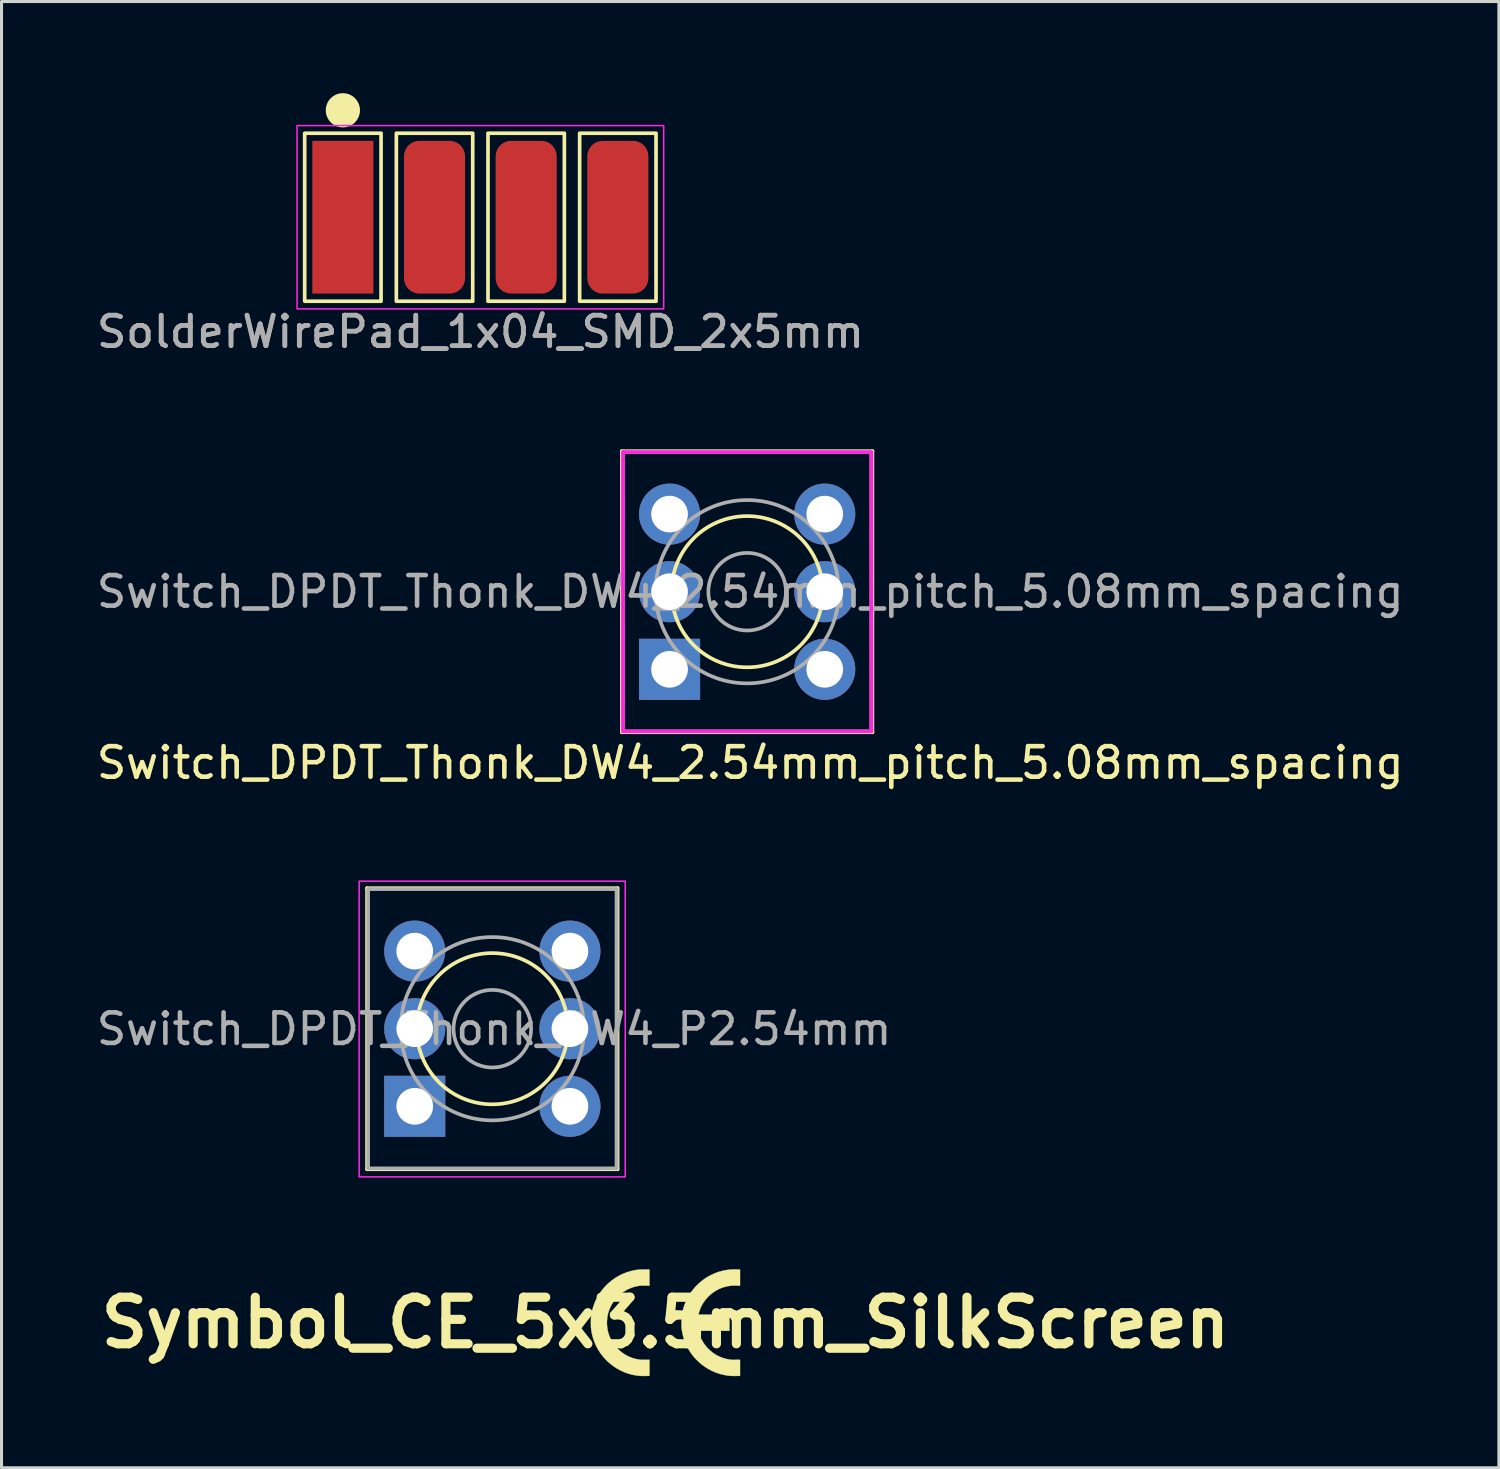
<source format=kicad_pcb>
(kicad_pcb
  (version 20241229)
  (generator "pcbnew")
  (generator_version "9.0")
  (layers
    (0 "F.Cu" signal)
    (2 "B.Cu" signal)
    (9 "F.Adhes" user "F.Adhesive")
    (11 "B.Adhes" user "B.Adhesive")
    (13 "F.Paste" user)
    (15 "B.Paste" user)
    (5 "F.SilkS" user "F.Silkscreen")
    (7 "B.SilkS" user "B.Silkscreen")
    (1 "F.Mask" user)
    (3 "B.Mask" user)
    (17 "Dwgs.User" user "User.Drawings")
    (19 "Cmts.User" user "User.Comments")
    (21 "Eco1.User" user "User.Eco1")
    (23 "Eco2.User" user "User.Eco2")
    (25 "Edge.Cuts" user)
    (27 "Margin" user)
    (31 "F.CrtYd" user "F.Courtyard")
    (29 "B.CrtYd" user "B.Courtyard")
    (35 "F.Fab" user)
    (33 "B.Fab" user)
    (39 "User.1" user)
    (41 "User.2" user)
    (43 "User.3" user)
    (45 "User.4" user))
  (footprint "SolderWirePad_1x04_SMD_2x5mm"
    (layer "F.Cu")
    (at 12.673 4.06)
    (property "Reference" "SolderWirePad_1x04_SMD_2x5mm" (at 0 3.75 0) (unlocked yes) (layer "F.Fab") (effects (font (size 1 1) (thickness 0.15))))
    (property "Value" "${VALUE}" (at 0 -4 0) (unlocked yes) (layer "F.SilkS") (hide yes) (effects (font (size 1 1) (thickness 0.15))))
    (attr smd)
    (fp_rect (start -5.75 -2.75) (end -3.25 2.75) (stroke (width 0.12) (type solid)) (fill no) (layer "F.SilkS"))
    (fp_rect (start -2.75 2.75) (end -0.25 -2.75) (stroke (width 0.12) (type solid)) (fill no) (layer "F.SilkS"))
    (fp_rect (start 0.25 -2.75) (end 2.75 2.75) (stroke (width 0.12) (type solid)) (fill no) (layer "F.SilkS"))
    (fp_rect (start 3.25 -2.75) (end 5.75 2.75) (stroke (width 0.12) (type solid)) (fill no) (layer "F.SilkS"))
    (fp_circle (center -4.5 -3.5) (end -4 -3.5) (stroke (width 0.12) (type solid)) (fill yes) (layer "F.SilkS"))
    (fp_rect (start -6 -3) (end 6 3) (stroke (width 0.05) (type solid)) (fill no) (layer "F.CrtYd"))
    (fp_text user "${REFERENCE}" (at 0.01 3.75 0) (unlocked yes) (layer "F.Fab") (effects (font (size 1 1) (thickness 0.15))))
    (pad "1" smd rect (at -4.5 0) (size 2 5) (layers "F.Cu" "F.Mask" "F.Paste"))
    (pad "2" smd roundrect (at -1.5 0) (size 2 5) (layers "F.Cu" "F.Mask" "F.Paste") (roundrect_rratio 0.25))
    (pad "3" smd roundrect (at 1.5 0) (size 2 5) (layers "F.Cu" "F.Mask" "F.Paste") (roundrect_rratio 0.25))
    (pad "4" smd roundrect (at 4.5 0) (size 2 5) (layers "F.Cu" "F.Mask" "F.Paste") (roundrect_rratio 0.25)))
  (footprint "Switch_DPDT_Thonk_DW4_2.54mm_pitch_5.08mm_spacing"
    (layer "F.Cu")
    (at 21.406 16.318)
    (property "Reference" "Switch_DPDT_Thonk_DW4_2.54mm_pitch_5.08mm_spacing" (at 0.1 5.6 180) (layer "F.SilkS") (effects (font (size 1 1) (thickness 0.15))))
    (attr through_hole)
    (fp_line (start -4.1 -4.6) (end 4.1 -4.6) (stroke (width 0.12) (type solid)) (layer "F.SilkS"))
    (fp_line (start -4.1 4.6) (end -4.1 -4.6) (stroke (width 0.12) (type solid)) (layer "F.SilkS"))
    (fp_line (start 4.1 -4.6) (end 4.1 4.6) (stroke (width 0.12) (type solid)) (layer "F.SilkS"))
    (fp_line (start 4.1 4.6) (end -4.1 4.6) (stroke (width 0.12) (type solid)) (layer "F.SilkS"))
    (fp_circle (center 0 0) (end 2.475 0) (stroke (width 0.12) (type solid)) (fill no) (layer "F.SilkS"))
    (fp_line (start -4.065 -4.57) (end -4.065 4.57) (stroke (width 0.12) (type solid)) (layer "F.CrtYd"))
    (fp_line (start -4.065 -4.57) (end 4.065 -4.57) (stroke (width 0.12) (type solid)) (layer "F.CrtYd"))
    (fp_line (start -4.065 4.57) (end 4.065 4.57) (stroke (width 0.12) (type solid)) (layer "F.CrtYd"))
    (fp_line (start 4.065 4.57) (end 4.065 -4.57) (stroke (width 0.12) (type solid)) (layer "F.CrtYd"))
    (fp_line (start -4.065 -4.57) (end -4.065 4.57) (stroke (width 0.12) (type solid)) (layer "F.Fab"))
    (fp_line (start -4.065 -4.57) (end 4.065 -4.57) (stroke (width 0.12) (type solid)) (layer "F.Fab"))
    (fp_line (start -4.065 4.57) (end 4.065 4.57) (stroke (width 0.12) (type solid)) (layer "F.Fab"))
    (fp_line (start 4.065 4.57) (end 4.065 -4.57) (stroke (width 0.12) (type solid)) (layer "F.Fab"))
    (fp_circle (center 0 0) (end 1.27 0) (stroke (width 0.12) (type solid)) (fill no) (layer "F.Fab"))
    (fp_circle (center 0 0) (end 3 0) (stroke (width 0.12) (type solid)) (fill no) (layer "F.Fab"))
    (fp_text user "${REFERENCE}" (at 0.1 0 180) (layer "F.Fab") (effects (font (size 1 1) (thickness 0.15))))
    (pad "1" thru_hole rect (at -2.54 2.54 90) (size 2 2) (drill 1.2) (layers "*.Cu" "*.Mask"))
    (pad "2" thru_hole circle (at -2.54 0 90) (size 2 2) (drill 1.2) (layers "*.Cu" "*.Mask"))
    (pad "3" thru_hole circle (at -2.54 -2.54 90) (size 2 2) (drill 1.2) (layers "*.Cu" "*.Mask"))
    (pad "4" thru_hole circle (at 2.54 2.54 90) (size 2 2) (drill 1.2) (layers "*.Cu" "*.Mask"))
    (pad "5" thru_hole circle (at 2.54 0 90) (size 2 2) (drill 1.2) (layers "*.Cu" "*.Mask"))
    (pad "6" thru_hole circle (at 2.54 -2.54 90) (size 2 2) (drill 1.2) (layers "*.Cu" "*.Mask")))
  (footprint "Symbol_CE_5x3.5mm_SilkScreen"
    (layer "F.Cu")
    (at 18.731 40.245)
    (property "Reference" "Symbol_CE_5x3.5mm_SilkScreen" (at 0 0 0) (layer "F.SilkS") (effects (font (size 1.524 1.524) (thickness 0.3))))
    (attr board_only exclude_from_pos_files exclude_from_bom)
    (fp_poly (pts (xy -0.61 -1.743) (xy -0.58 -1.742) (xy -0.523 -1.738) (xy -0.523 -1.213) (xy -0.641 -1.215) (xy -0.72 -1.216) (xy -0.791 -1.213) (xy -0.857 -1.207) (xy -0.92 -1.198) (xy -0.981 -1.184) (xy -1.044 -1.167) (xy -1.109 -1.145) (xy -1.116 -1.142) (xy -1.212 -1.102) (xy -1.305 -1.053) (xy -1.393 -0.996) (xy -1.476 -0.932) (xy -1.554 -0.861) (xy -1.626 -0.784) (xy -1.69 -0.702) (xy -1.748 -0.614) (xy -1.797 -0.522) (xy -1.819 -0.472) (xy -1.856 -0.375) (xy -1.883 -0.277) (xy -1.902 -0.179) (xy -1.912 -0.079) (xy -1.915 0) (xy -1.911 0.103) (xy -1.898 0.203) (xy -1.878 0.301) (xy -1.848 0.398) (xy -1.819 0.472) (xy -1.775 0.565) (xy -1.722 0.655) (xy -1.662 0.74) (xy -1.594 0.82) (xy -1.52 0.894) (xy -1.44 0.962) (xy -1.355 1.023) (xy -1.265 1.076) (xy -1.172 1.12) (xy -1.171 1.121) (xy -1.071 1.158) (xy -0.97 1.186) (xy -0.868 1.205) (xy -0.818 1.212) (xy -0.787 1.214) (xy -0.747 1.215) (xy -0.7 1.216) (xy -0.648 1.215) (xy -0.641 1.215) (xy -0.523 1.213) (xy -0.523 1.737) (xy -0.563 1.741) (xy -0.579 1.741) (xy -0.603 1.742) (xy -0.632 1.743) (xy -0.665 1.743) (xy -0.7 1.743) (xy -0.734 1.743) (xy -0.767 1.743) (xy -0.796 1.742) (xy -0.819 1.742) (xy -0.834 1.741) (xy -0.835 1.741) (xy -0.957 1.726) (xy -1.073 1.704) (xy -1.183 1.676) (xy -1.291 1.641) (xy -1.396 1.598) (xy -1.474 1.561) (xy -1.587 1.499) (xy -1.694 1.429) (xy -1.796 1.352) (xy -1.892 1.269) (xy -1.981 1.178) (xy -2.064 1.082) (xy -2.139 0.981) (xy -2.207 0.874) (xy -2.266 0.763) (xy -2.318 0.648) (xy -2.361 0.529) (xy -2.396 0.407) (xy -2.417 0.303) (xy -2.424 0.266) (xy -2.429 0.234) (xy -2.432 0.206) (xy -2.435 0.178) (xy -2.437 0.149) (xy -2.439 0.118) (xy -2.439 0.083) (xy -2.44 0.041) (xy -2.44 0) (xy -2.44 -0.049) (xy -2.439 -0.089) (xy -2.438 -0.124) (xy -2.437 -0.155) (xy -2.435 -0.183) (xy -2.432 -0.211) (xy -2.428 -0.24) (xy -2.423 -0.272) (xy -2.417 -0.303) (xy -2.391 -0.426) (xy -2.355 -0.548) (xy -2.31 -0.667) (xy -2.257 -0.782) (xy -2.195 -0.894) (xy -2.125 -1) (xy -2.048 -1.102) (xy -1.963 -1.198) (xy -1.871 -1.288) (xy -1.851 -1.306) (xy -1.749 -1.39) (xy -1.642 -1.465) (xy -1.531 -1.532) (xy -1.415 -1.59) (xy -1.295 -1.639) (xy -1.171 -1.679) (xy -1.042 -1.711) (xy -0.921 -1.732) (xy -0.895 -1.735) (xy -0.861 -1.737) (xy -0.821 -1.739) (xy -0.778 -1.741) (xy -0.733 -1.743) (xy -0.689 -1.743) (xy -0.647 -1.743) (xy -0.61 -1.743)) (stroke (width 0.01) (type solid)) (fill yes) (layer "F.SilkS"))
    (fp_poly (pts (xy 2.303 -1.744) (xy 2.343 -1.743) (xy 2.377 -1.742) (xy 2.402 -1.741) (xy 2.442 -1.737) (xy 2.442 -1.213) (xy 2.317 -1.215) (xy 2.272 -1.216) (xy 2.236 -1.216) (xy 2.205 -1.215) (xy 2.178 -1.214) (xy 2.153 -1.212) (xy 2.129 -1.21) (xy 2.125 -1.209) (xy 2.015 -1.19) (xy 1.909 -1.163) (xy 1.807 -1.126) (xy 1.709 -1.081) (xy 1.616 -1.027) (xy 1.528 -0.965) (xy 1.445 -0.895) (xy 1.382 -0.833) (xy 1.311 -0.751) (xy 1.248 -0.664) (xy 1.194 -0.574) (xy 1.148 -0.479) (xy 1.111 -0.378) (xy 1.094 -0.323) (xy 1.088 -0.302) (xy 1.083 -0.284) (xy 1.08 -0.272) (xy 1.079 -0.268) (xy 1.084 -0.267) (xy 1.098 -0.267) (xy 1.121 -0.266) (xy 1.151 -0.266) (xy 1.188 -0.265) (xy 1.232 -0.265) (xy 1.282 -0.265) (xy 1.337 -0.264) (xy 1.397 -0.264) (xy 1.461 -0.264) (xy 1.528 -0.264) (xy 1.587 -0.264) (xy 2.095 -0.264) (xy 2.095 0.264) (xy 1.587 0.264) (xy 1.518 0.264) (xy 1.451 0.264) (xy 1.388 0.264) (xy 1.329 0.264) (xy 1.274 0.265) (xy 1.225 0.265) (xy 1.182 0.265) (xy 1.146 0.266) (xy 1.117 0.266) (xy 1.096 0.267) (xy 1.083 0.267) (xy 1.079 0.268) (xy 1.081 0.274) (xy 1.084 0.287) (xy 1.089 0.306) (xy 1.094 0.323) (xy 1.128 0.427) (xy 1.169 0.525) (xy 1.219 0.617) (xy 1.277 0.706) (xy 1.343 0.79) (xy 1.382 0.833) (xy 1.461 0.91) (xy 1.545 0.978) (xy 1.634 1.039) (xy 1.728 1.091) (xy 1.827 1.134) (xy 1.93 1.169) (xy 2.036 1.195) (xy 2.125 1.209) (xy 2.15 1.212) (xy 2.174 1.214) (xy 2.201 1.215) (xy 2.231 1.216) (xy 2.266 1.216) (xy 2.309 1.215) (xy 2.317 1.215) (xy 2.442 1.213) (xy 2.442 1.737) (xy 2.402 1.741) (xy 2.379 1.742) (xy 2.349 1.743) (xy 2.314 1.743) (xy 2.275 1.743) (xy 2.235 1.743) (xy 2.195 1.742) (xy 2.16 1.741) (xy 2.129 1.74) (xy 2.106 1.738) (xy 2.084 1.736) (xy 2.056 1.733) (xy 2.025 1.728) (xy 1.994 1.723) (xy 1.986 1.722) (xy 1.861 1.697) (xy 1.738 1.662) (xy 1.618 1.619) (xy 1.503 1.567) (xy 1.391 1.507) (xy 1.285 1.439) (xy 1.183 1.364) (xy 1.087 1.282) (xy 0.997 1.192) (xy 0.913 1.097) (xy 0.836 0.995) (xy 0.767 0.887) (xy 0.705 0.774) (xy 0.693 0.75) (xy 0.651 0.656) (xy 0.616 0.563) (xy 0.586 0.467) (xy 0.561 0.367) (xy 0.541 0.261) (xy 0.532 0.195) (xy 0.529 0.174) (xy 0.528 0.144) (xy 0.526 0.109) (xy 0.526 0.069) (xy 0.525 0.026) (xy 0.525 -0.018) (xy 0.526 -0.062) (xy 0.526 -0.103) (xy 0.528 -0.139) (xy 0.529 -0.17) (xy 0.531 -0.193) (xy 0.532 -0.195) (xy 0.553 -0.323) (xy 0.58 -0.443) (xy 0.614 -0.558) (xy 0.656 -0.668) (xy 0.705 -0.775) (xy 0.762 -0.878) (xy 0.824 -0.976) (xy 0.901 -1.081) (xy 0.984 -1.179) (xy 1.075 -1.27) (xy 1.171 -1.354) (xy 1.272 -1.431) (xy 1.379 -1.5) (xy 1.49 -1.561) (xy 1.605 -1.613) (xy 1.724 -1.658) (xy 1.846 -1.693) (xy 1.971 -1.72) (xy 2.097 -1.737) (xy 2.115 -1.739) (xy 2.143 -1.741) (xy 2.179 -1.742) (xy 2.219 -1.743) (xy 2.261 -1.744) (xy 2.303 -1.744)) (stroke (width 0.01) (type solid)) (fill yes) (layer "F.SilkS")))
  (footprint "Switch_DPDT_Thonk_DW4_P2.54mm"
    (layer "F.Cu")
    (at 13.065 30.622)
    (property "Reference" "Switch_DPDT_Thonk_DW4_P2.54mm" (at 0.06 0.01 180) (layer "F.Fab") (effects (font (size 1 1) (thickness 0.15))))
    (attr through_hole)
    (fp_line (start -4.1 -4.6) (end 4.1 -4.6) (stroke (width 0.12) (type solid)) (layer "F.SilkS"))
    (fp_line (start -4.1 4.6) (end -4.1 -4.6) (stroke (width 0.12) (type solid)) (layer "F.SilkS"))
    (fp_line (start 4.1 -4.6) (end 4.1 4.6) (stroke (width 0.12) (type solid)) (layer "F.SilkS"))
    (fp_line (start 4.1 4.6) (end -4.1 4.6) (stroke (width 0.12) (type solid)) (layer "F.SilkS"))
    (fp_circle (center 0 0) (end 2.475 0) (stroke (width 0.12) (type solid)) (fill no) (layer "F.SilkS"))
    (fp_rect (start -4.36 -4.83) (end 4.35 4.85) (stroke (width 0.05) (type solid)) (fill no) (layer "F.CrtYd"))
    (fp_line (start -4.065 -4.57) (end -4.065 4.57) (stroke (width 0.12) (type solid)) (layer "F.Fab"))
    (fp_line (start -4.065 -4.57) (end 4.065 -4.57) (stroke (width 0.12) (type solid)) (layer "F.Fab"))
    (fp_line (start -4.065 4.57) (end 4.065 4.57) (stroke (width 0.12) (type solid)) (layer "F.Fab"))
    (fp_line (start 4.065 4.57) (end 4.065 -4.57) (stroke (width 0.12) (type solid)) (layer "F.Fab"))
    (fp_circle (center 0 0) (end 1.27 0) (stroke (width 0.12) (type solid)) (fill no) (layer "F.Fab"))
    (fp_circle (center 0 0) (end 3 0) (stroke (width 0.12) (type solid)) (fill no) (layer "F.Fab"))
    (pad "1" thru_hole rect (at -2.54 2.54 90) (size 2 2) (drill 1.2) (layers "*.Cu" "*.Mask"))
    (pad "2" thru_hole circle (at -2.54 0 90) (size 2 2) (drill 1.2) (layers "*.Cu" "*.Mask"))
    (pad "3" thru_hole circle (at -2.54 -2.54 90) (size 2 2) (drill 1.2) (layers "*.Cu" "*.Mask"))
    (pad "4" thru_hole circle (at 2.54 2.54 90) (size 2 2) (drill 1.2) (layers "*.Cu" "*.Mask"))
    (pad "5" thru_hole circle (at 2.54 0 90) (size 2 2) (drill 1.2) (layers "*.Cu" "*.Mask"))
    (pad "6" thru_hole circle (at 2.54 -2.54 90) (size 2 2) (drill 1.2) (layers "*.Cu" "*.Mask")))
  (gr_rect
    (start -3 -3)
    (end 46.012 44.993)
    (stroke (width 0.1) (type default))
    (fill no)
    (layer "Edge.Cuts")))
</source>
